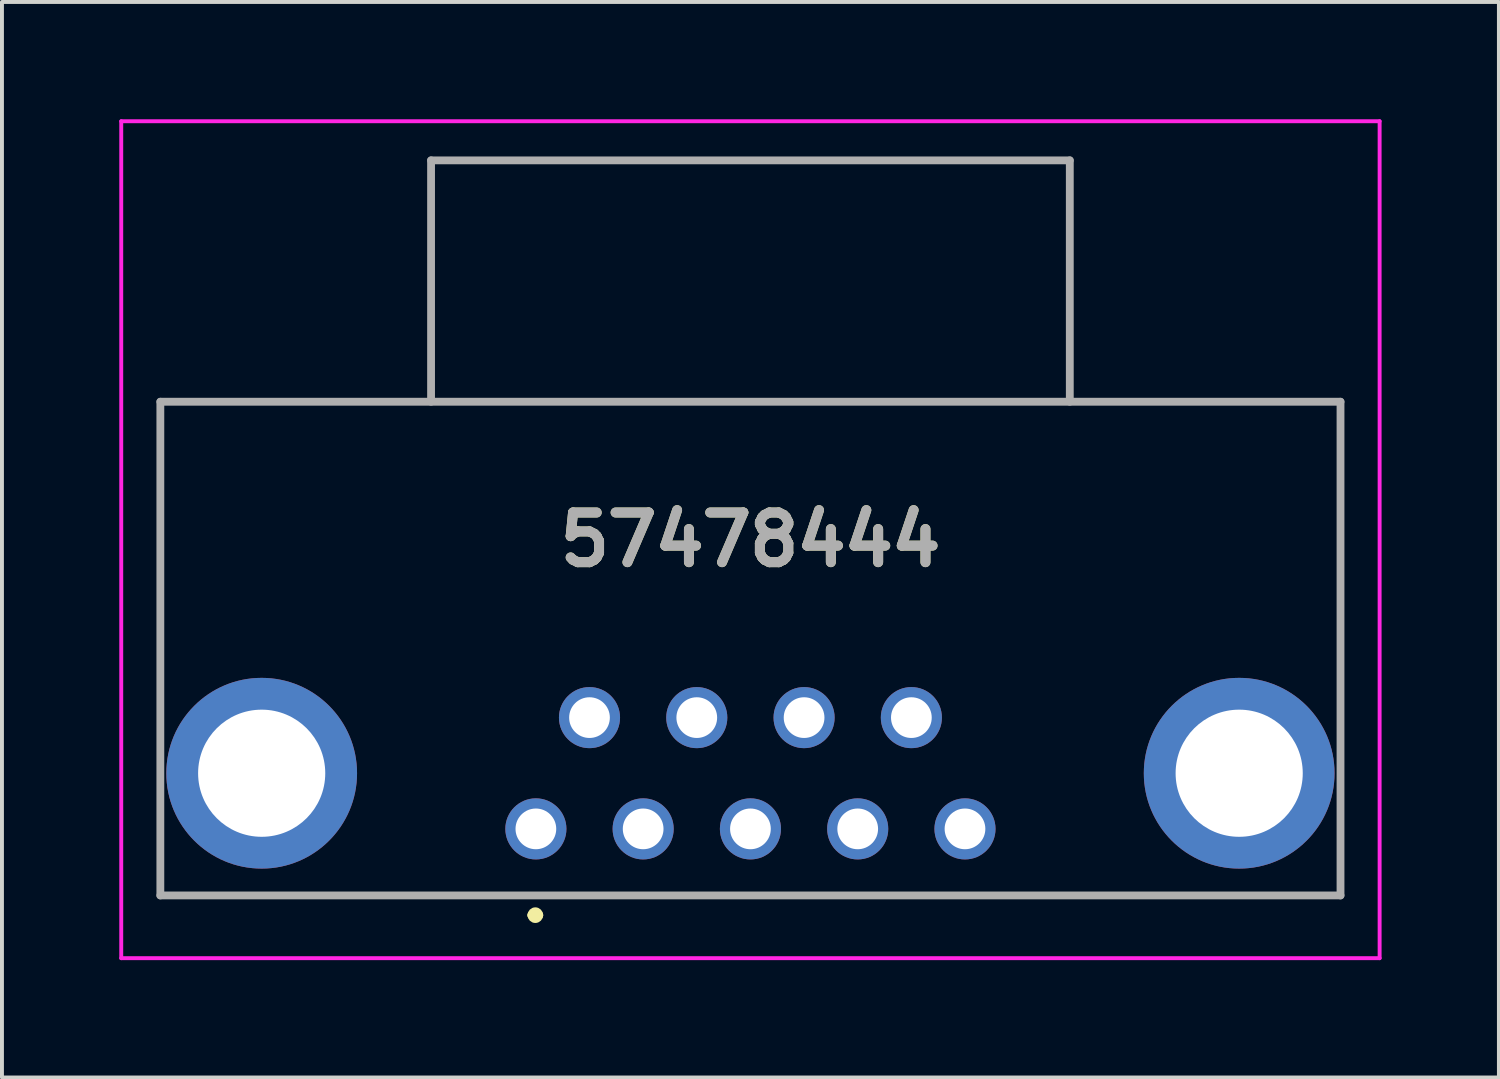
<source format=kicad_pcb>
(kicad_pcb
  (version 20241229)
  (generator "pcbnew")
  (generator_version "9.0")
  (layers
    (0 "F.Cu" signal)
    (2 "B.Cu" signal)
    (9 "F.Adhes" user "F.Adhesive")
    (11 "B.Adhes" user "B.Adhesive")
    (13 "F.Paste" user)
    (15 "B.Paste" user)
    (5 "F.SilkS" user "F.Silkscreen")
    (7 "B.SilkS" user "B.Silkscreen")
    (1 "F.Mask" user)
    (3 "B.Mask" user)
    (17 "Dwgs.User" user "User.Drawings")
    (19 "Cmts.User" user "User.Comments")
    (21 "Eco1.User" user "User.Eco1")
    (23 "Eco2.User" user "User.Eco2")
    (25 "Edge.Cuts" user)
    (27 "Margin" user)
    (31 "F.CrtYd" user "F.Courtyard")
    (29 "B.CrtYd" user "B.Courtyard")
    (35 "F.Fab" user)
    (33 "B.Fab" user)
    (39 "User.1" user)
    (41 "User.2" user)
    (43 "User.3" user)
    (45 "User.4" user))
  (footprint "57478444"
    (layer "F.Cu")
    (at 16.138 10.75)
    (property "Reference" "57478444" (at 0 0 0) (layer "F.SilkS") (effects (font (size 1.27 1.27) (thickness 0.254))))
    (attr through_hole)
    (fp_line (start -15.088 -3.528) (end 15.088 -3.528) (stroke (width 0.1) (type solid)) (layer "F.SilkS"))
    (fp_line (start -15.088 9.096) (end -15.088 -3.528) (stroke (width 0.1) (type solid)) (layer "F.SilkS"))
    (fp_line (start -8.166 -9.7) (end 8.166 -9.7) (stroke (width 0.1) (type solid)) (layer "F.SilkS"))
    (fp_line (start -8.166 -3.528) (end -8.166 -9.7) (stroke (width 0.1) (type solid)) (layer "F.SilkS"))
    (fp_line (start -5.6 9.6) (end -5.6 9.6) (stroke (width 0.2) (type solid)) (layer "F.SilkS"))
    (fp_line (start -5.4 9.6) (end -5.4 9.6) (stroke (width 0.2) (type solid)) (layer "F.SilkS"))
    (fp_line (start 8.166 -9.7) (end 8.166 -3.528) (stroke (width 0.1) (type solid)) (layer "F.SilkS"))
    (fp_line (start 15.088 -3.528) (end 15.088 9.096) (stroke (width 0.1) (type solid)) (layer "F.SilkS"))
    (fp_line (start 15.088 9.096) (end -15.088 9.096) (stroke (width 0.1) (type solid)) (layer "F.SilkS"))
    (fp_arc (start -5.6 9.6) (mid -5.5 9.5) (end -5.4 9.6) (stroke (width 0.2) (type solid)) (layer "F.SilkS"))
    (fp_arc (start -5.4 9.6) (mid -5.5 9.7) (end -5.6 9.6) (stroke (width 0.2) (type solid)) (layer "F.SilkS"))
    (fp_line (start -16.088 -10.7) (end 16.088 -10.7) (stroke (width 0.1) (type solid)) (layer "F.CrtYd"))
    (fp_line (start -16.088 10.7) (end -16.088 -10.7) (stroke (width 0.1) (type solid)) (layer "F.CrtYd"))
    (fp_line (start 16.088 -10.7) (end 16.088 10.7) (stroke (width 0.1) (type solid)) (layer "F.CrtYd"))
    (fp_line (start 16.088 10.7) (end -16.088 10.7) (stroke (width 0.1) (type solid)) (layer "F.CrtYd"))
    (fp_line (start -15.088 -3.528) (end 15.088 -3.528) (stroke (width 0.2) (type solid)) (layer "F.Fab"))
    (fp_line (start -15.088 9.096) (end -15.088 -3.528) (stroke (width 0.2) (type solid)) (layer "F.Fab"))
    (fp_line (start -8.166 -9.7) (end 8.166 -9.7) (stroke (width 0.2) (type solid)) (layer "F.Fab"))
    (fp_line (start -8.166 -3.528) (end -8.166 -9.7) (stroke (width 0.2) (type solid)) (layer "F.Fab"))
    (fp_line (start 8.166 -9.7) (end 8.166 -3.528) (stroke (width 0.2) (type solid)) (layer "F.Fab"))
    (fp_line (start 15.088 -3.528) (end 15.088 9.096) (stroke (width 0.2) (type solid)) (layer "F.Fab"))
    (fp_line (start 15.088 9.096) (end -15.088 9.096) (stroke (width 0.2) (type solid)) (layer "F.Fab"))
    (fp_text user "${REFERENCE}" (at 0 0 0) (layer "F.Fab") (effects (font (size 1.27 1.27) (thickness 0.254))))
    (pad "1" thru_hole circle (at -5.486 7.394) (size 1.562 1.562) (drill 1.041) (layers "*.Cu" "*.Mask"))
    (pad "2" thru_hole circle (at -2.743 7.394) (size 1.562 1.562) (drill 1.041) (layers "*.Cu" "*.Mask"))
    (pad "3" thru_hole circle (at 0 7.394) (size 1.562 1.562) (drill 1.041) (layers "*.Cu" "*.Mask"))
    (pad "4" thru_hole circle (at 2.743 7.394) (size 1.562 1.562) (drill 1.041) (layers "*.Cu" "*.Mask"))
    (pad "5" thru_hole circle (at 5.486 7.394) (size 1.562 1.562) (drill 1.041) (layers "*.Cu" "*.Mask"))
    (pad "6" thru_hole circle (at -4.115 4.549) (size 1.562 1.562) (drill 1.041) (layers "*.Cu" "*.Mask"))
    (pad "7" thru_hole circle (at -1.372 4.549) (size 1.562 1.562) (drill 1.041) (layers "*.Cu" "*.Mask"))
    (pad "8" thru_hole circle (at 1.372 4.549) (size 1.562 1.562) (drill 1.041) (layers "*.Cu" "*.Mask"))
    (pad "9" thru_hole circle (at 4.115 4.549) (size 1.562 1.562) (drill 1.041) (layers "*.Cu" "*.Mask"))
    (pad "10" thru_hole circle (at -12.497 5.971) (size 4.877 4.877) (drill 3.251) (layers "*.Cu" "*.Mask"))
    (pad "11" thru_hole circle (at 12.497 5.971) (size 4.877 4.877) (drill 3.251) (layers "*.Cu" "*.Mask")))
  (gr_rect
    (start -3 -3)
    (end 35.276 24.5)
    (stroke (width 0.1) (type default))
    (fill no)
    (layer "Edge.Cuts")))
</source>
